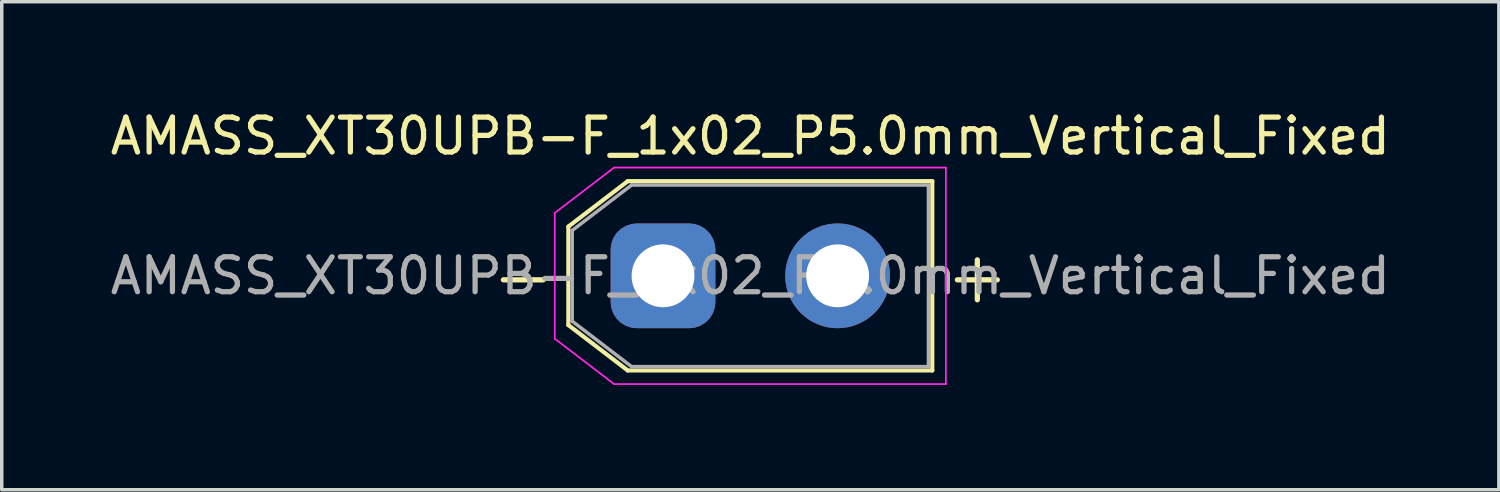
<source format=kicad_pcb>
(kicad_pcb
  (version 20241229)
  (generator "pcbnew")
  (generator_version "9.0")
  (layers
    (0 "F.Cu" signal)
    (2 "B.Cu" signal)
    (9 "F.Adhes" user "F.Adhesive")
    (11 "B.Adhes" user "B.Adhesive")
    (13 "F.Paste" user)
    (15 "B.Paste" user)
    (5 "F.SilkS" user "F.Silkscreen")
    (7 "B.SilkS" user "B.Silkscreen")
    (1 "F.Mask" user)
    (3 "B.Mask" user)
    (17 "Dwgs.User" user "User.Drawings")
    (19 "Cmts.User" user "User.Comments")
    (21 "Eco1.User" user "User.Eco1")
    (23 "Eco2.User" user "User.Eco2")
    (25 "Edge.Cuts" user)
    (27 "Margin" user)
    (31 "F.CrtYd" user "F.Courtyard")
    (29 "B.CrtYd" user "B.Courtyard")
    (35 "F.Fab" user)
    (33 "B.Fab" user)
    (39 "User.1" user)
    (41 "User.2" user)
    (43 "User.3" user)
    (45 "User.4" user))
  (footprint "AMASS_XT30UPB-F_1x02_P5.0mm_Vertical_Fixed"
    (layer "F.Cu")
    (at 15.935 4.848)
    (property "Reference" "AMASS_XT30UPB-F_1x02_P5.0mm_Vertical_Fixed" (at 2.5 -4 0) (layer "F.SilkS") (effects (font (size 1 1) (thickness 0.15))))
    (attr through_hole)
    (fp_line (start -2.71 -1.41) (end -2.71 1.41) (stroke (width 0.12) (type solid)) (layer "F.SilkS"))
    (fp_line (start -2.71 -1.41) (end -1.01 -2.71) (stroke (width 0.12) (type solid)) (layer "F.SilkS"))
    (fp_line (start -2.71 1.41) (end -1.01 2.71) (stroke (width 0.12) (type solid)) (layer "F.SilkS"))
    (fp_line (start -1.01 -2.71) (end 7.71 -2.71) (stroke (width 0.12) (type solid)) (layer "F.SilkS"))
    (fp_line (start -1.01 2.71) (end 7.71 2.71) (stroke (width 0.12) (type solid)) (layer "F.SilkS"))
    (fp_line (start 7.71 -2.71) (end 7.71 2.71) (stroke (width 0.12) (type solid)) (layer "F.SilkS"))
    (fp_line (start -3.1 -1.8) (end -3.1 1.8) (stroke (width 0.05) (type solid)) (layer "F.CrtYd"))
    (fp_line (start -3.1 -1.8) (end -1.4 -3.1) (stroke (width 0.05) (type solid)) (layer "F.CrtYd"))
    (fp_line (start -3.1 1.8) (end -1.4 3.1) (stroke (width 0.05) (type solid)) (layer "F.CrtYd"))
    (fp_line (start -1.4 -3.1) (end 8.1 -3.1) (stroke (width 0.05) (type solid)) (layer "F.CrtYd"))
    (fp_line (start -1.4 3.1) (end 8.1 3.1) (stroke (width 0.05) (type solid)) (layer "F.CrtYd"))
    (fp_line (start 8.1 -3.1) (end 8.1 3.1) (stroke (width 0.05) (type solid)) (layer "F.CrtYd"))
    (fp_line (start -2.6 -1.3) (end -2.6 1.3) (stroke (width 0.1) (type solid)) (layer "F.Fab"))
    (fp_line (start -2.6 -1.3) (end -0.9 -2.6) (stroke (width 0.1) (type solid)) (layer "F.Fab"))
    (fp_line (start -2.6 1.3) (end -0.9 2.6) (stroke (width 0.1) (type solid)) (layer "F.Fab"))
    (fp_line (start -0.9 -2.6) (end 7.6 -2.6) (stroke (width 0.1) (type solid)) (layer "F.Fab"))
    (fp_line (start -0.9 2.6) (end 7.6 2.6) (stroke (width 0.1) (type solid)) (layer "F.Fab"))
    (fp_line (start 7.6 -2.6) (end 7.6 2.6) (stroke (width 0.1) (type solid)) (layer "F.Fab"))
    (fp_text user "-" (at -4 0 0) (layer "F.SilkS") (effects (font (size 1.5 1.5) (thickness 0.15))))
    (fp_text user "+" (at 9 0 0) (layer "F.SilkS") (effects (font (size 1.5 1.5) (thickness 0.15))))
    (fp_text user "${REFERENCE}" (at 2.5 0 0) (layer "F.Fab") (effects (font (size 1 1) (thickness 0.15))))
    (pad "1" thru_hole roundrect (at 0 0) (size 3 3) (drill 1.8) (layers "*.Cu" "*.Mask") (roundrect_rratio 0.25))
    (pad "2" thru_hole circle (at 5 0) (size 3 3) (drill 1.8) (layers "*.Cu" "*.Mask")))
  (gr_rect
    (start -3 -3)
    (end 39.869 10.973)
    (stroke (width 0.1) (type default))
    (fill no)
    (layer "Edge.Cuts")))
</source>
